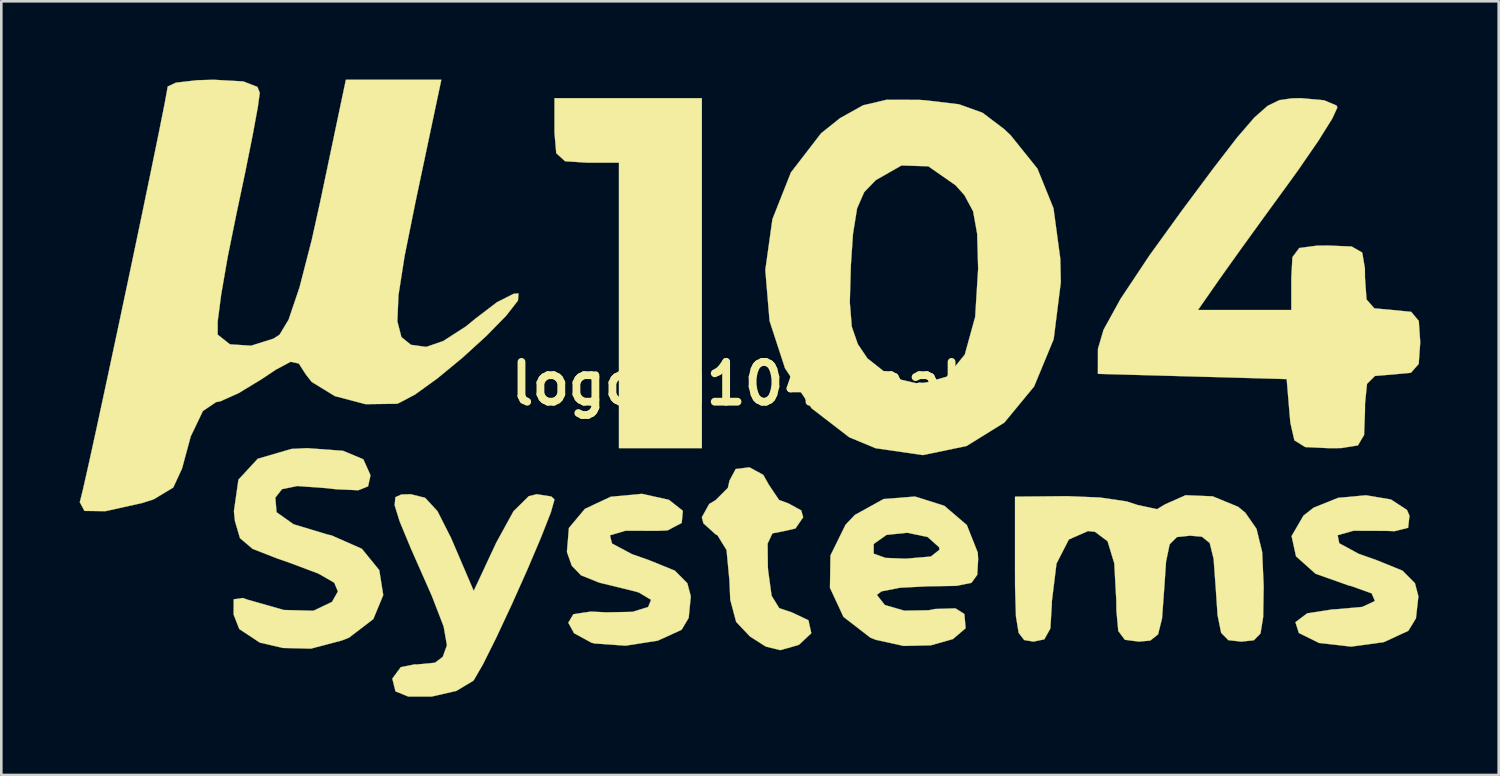
<source format=kicad_pcb>
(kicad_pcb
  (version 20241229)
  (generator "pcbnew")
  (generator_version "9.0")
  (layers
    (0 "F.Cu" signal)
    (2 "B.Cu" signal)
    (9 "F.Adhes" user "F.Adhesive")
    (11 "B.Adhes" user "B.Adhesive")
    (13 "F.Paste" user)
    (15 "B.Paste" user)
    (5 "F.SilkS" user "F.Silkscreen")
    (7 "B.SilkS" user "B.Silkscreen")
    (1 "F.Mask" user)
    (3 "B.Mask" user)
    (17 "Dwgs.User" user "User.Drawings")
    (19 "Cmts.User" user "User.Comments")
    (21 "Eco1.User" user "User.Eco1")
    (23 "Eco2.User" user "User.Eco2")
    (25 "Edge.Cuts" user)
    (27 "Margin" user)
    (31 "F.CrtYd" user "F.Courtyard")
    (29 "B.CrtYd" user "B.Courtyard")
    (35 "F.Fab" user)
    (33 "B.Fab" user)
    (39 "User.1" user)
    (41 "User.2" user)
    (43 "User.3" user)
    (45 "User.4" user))
  (footprint "logo_u104small"
    (layer "F.Cu")
    (at 25.597 11.647)
    (property "Reference" "logo_u104small" (at 0 0 0) (layer "F.SilkS") (effects (font (size 1.524 1.524) (thickness 0.3))))
    (attr through_hole)
    (fp_poly (pts (xy -1.764 2.469) (xy -4.939 2.469) (xy -4.939 -8.467) (xy -6.174 -8.467) (xy -7.001 -8.521) (xy -7.341 -8.829) (xy -7.408 -9.607) (xy -7.408 -9.701) (xy -7.408 -10.936) (xy -1.764 -10.936) (xy -1.764 2.469)) (stroke (width 0.01) (type solid)) (fill yes) (layer "F.SilkS"))
    (fp_poly (pts (xy 0.588 3.491) (xy 0.808 3.881) (xy 1.194 4.454) (xy 1.554 4.586) (xy 2.043 4.854) (xy 2.117 5.115) (xy 1.821 5.546) (xy 1.391 5.644) (xy 0.938 5.733) (xy 0.755 6.124) (xy 0.764 7.004) (xy 0.773 7.144) (xy 0.908 8.123) (xy 1.2 8.597) (xy 1.676 8.756) (xy 2.319 9.061) (xy 2.428 9.558) (xy 1.956 9.998) (xy 1.911 10.016) (xy 1.239 10.205) (xy 0.685 10.069) (xy 0.078 9.681) (xy -0.45 9.123) (xy -0.676 8.276) (xy -0.706 7.554) (xy -0.818 6.37) (xy -1.166 5.805) (xy -1.235 5.772) (xy -1.703 5.349) (xy -1.764 5.115) (xy -1.48 4.605) (xy -1.235 4.459) (xy -0.765 3.987) (xy -0.706 3.715) (xy -0.467 3.268) (xy 0.059 3.203) (xy 0.588 3.491)) (stroke (width 0.01) (type solid)) (fill yes) (layer "F.SilkS"))
    (fp_poly (pts (xy -3.027 4.447) (xy -2.492 4.868) (xy -2.535 5.332) (xy -3.08 5.619) (xy -3.44 5.634) (xy -4.692 5.632) (xy -5.285 5.808) (xy -5.206 6.121) (xy -4.442 6.529) (xy -3.792 6.757) (xy -2.799 7.16) (xy -2.32 7.642) (xy -2.187 8.144) (xy -2.268 8.969) (xy -2.54 9.426) (xy -3.453 9.842) (xy -4.685 10.034) (xy -5.872 9.95) (xy -5.997 9.918) (xy -6.658 9.557) (xy -6.879 9.156) (xy -6.686 8.828) (xy -6.016 8.729) (xy -5.417 8.758) (xy -4.418 8.739) (xy -3.819 8.552) (xy -3.709 8.278) (xy -4.178 7.997) (xy -4.483 7.915) (xy -5.696 7.619) (xy -6.391 7.34) (xy -6.746 6.973) (xy -6.932 6.443) (xy -6.856 5.526) (xy -6.244 4.795) (xy -5.258 4.331) (xy -4.059 4.219) (xy -3.027 4.447)) (stroke (width 0.01) (type solid)) (fill yes) (layer "F.SilkS"))
    (fp_poly (pts (xy 24.631 4.435) (xy 25.244 4.835) (xy 25.34 5.057) (xy 25.288 5.518) (xy 24.771 5.649) (xy 24.461 5.637) (xy 23.197 5.632) (xy 22.589 5.803) (xy 22.65 6.112) (xy 23.395 6.516) (xy 24.077 6.757) (xy 25.071 7.16) (xy 25.55 7.642) (xy 25.682 8.144) (xy 25.588 8.986) (xy 25.296 9.465) (xy 24.357 9.899) (xy 23.102 10.07) (xy 21.885 9.931) (xy 21.872 9.928) (xy 21.104 9.549) (xy 20.972 9.134) (xy 21.423 8.795) (xy 22.403 8.644) (xy 22.483 8.643) (xy 23.532 8.55) (xy 24.017 8.322) (xy 23.893 8.032) (xy 23.118 7.753) (xy 23.021 7.732) (xy 21.742 7.279) (xy 20.995 6.612) (xy 20.825 5.836) (xy 21.28 5.053) (xy 21.669 4.748) (xy 22.607 4.372) (xy 23.673 4.274) (xy 24.631 4.435)) (stroke (width 0.01) (type solid)) (fill yes) (layer "F.SilkS"))
    (fp_poly (pts (xy -7.529 4.321) (xy -7.408 4.437) (xy -7.55 4.934) (xy -7.924 5.887) (xy -8.449 7.122) (xy -9.047 8.461) (xy -9.639 9.727) (xy -10.146 10.745) (xy -10.489 11.337) (xy -10.52 11.377) (xy -11.167 11.766) (xy -12.107 11.982) (xy -13.01 11.982) (xy -13.499 11.784) (xy -13.62 11.296) (xy -13.295 10.856) (xy -12.742 10.747) (xy -12.708 10.757) (xy -11.987 10.688) (xy -11.689 10.464) (xy -11.527 10.019) (xy -11.654 9.297) (xy -12.1 8.143) (xy -12.207 7.899) (xy -12.905 6.319) (xy -13.339 5.274) (xy -13.531 4.654) (xy -13.502 4.347) (xy -13.274 4.244) (xy -12.915 4.233) (xy -12.364 4.371) (xy -11.892 4.88) (xy -11.373 5.905) (xy -11.295 6.085) (xy -10.502 7.938) (xy -9.637 6.085) (xy -8.978 4.886) (xy -8.394 4.31) (xy -8.091 4.233) (xy -7.529 4.321)) (stroke (width 0.01) (type solid)) (fill yes) (layer "F.SilkS"))
    (fp_poly (pts (xy 7.523 4.676) (xy 8.386 5.414) (xy 8.805 6.47) (xy 8.819 6.728) (xy 8.785 7.319) (xy 8.565 7.626) (xy 7.987 7.743) (xy 6.879 7.761) (xy 5.817 7.815) (xy 5.112 7.955) (xy 4.939 8.09) (xy 5.245 8.477) (xy 5.993 8.694) (xy 6.927 8.677) (xy 7.163 8.629) (xy 7.949 8.605) (xy 8.292 8.822) (xy 8.339 9.367) (xy 7.854 9.78) (xy 7.007 10.02) (xy 5.967 10.044) (xy 4.9 9.81) (xy 4.687 9.724) (xy 3.66 8.931) (xy 3.143 7.818) (xy 3.162 6.579) (xy 3.196 6.51) (xy 4.818 6.51) (xy 5.271 6.672) (xy 6.038 6.703) (xy 7.008 6.62) (xy 7.337 6.361) (xy 7.322 6.262) (xy 6.881 5.87) (xy 6.102 5.709) (xy 5.309 5.791) (xy 4.828 6.132) (xy 4.819 6.155) (xy 4.818 6.51) (xy 3.196 6.51) (xy 3.739 5.404) (xy 4.096 5.027) (xy 5.197 4.417) (xy 6.4 4.322) (xy 7.523 4.676)) (stroke (width 0.01) (type solid)) (fill yes) (layer "F.SilkS"))
    (fp_poly (pts (xy -15.509 2.57) (xy -14.731 2.895) (xy -14.466 3.483) (xy -14.464 3.549) (xy -14.549 3.931) (xy -14.922 4.081) (xy -15.755 4.044) (xy -16.174 3.998) (xy -17.26 3.919) (xy -17.845 4.039) (xy -18.101 4.362) (xy -18.054 4.923) (xy -17.402 5.385) (xy -16.097 5.778) (xy -15.951 5.81) (xy -14.787 6.323) (xy -14.12 7.142) (xy -13.968 8.097) (xy -14.348 9.015) (xy -15.277 9.725) (xy -15.55 9.834) (xy -16.737 10.147) (xy -17.806 10.122) (xy -18.697 9.916) (xy -19.482 9.396) (xy -19.698 8.844) (xy -19.696 8.259) (xy -19.346 8.208) (xy -19.169 8.271) (xy -17.778 8.667) (xy -16.642 8.697) (xy -15.932 8.359) (xy -15.93 8.356) (xy -15.703 7.957) (xy -15.845 7.621) (xy -16.453 7.272) (xy -17.623 6.833) (xy -17.992 6.708) (xy -18.968 6.328) (xy -19.455 5.916) (xy -19.648 5.261) (xy -19.687 4.884) (xy -19.514 3.675) (xy -18.774 2.875) (xy -17.483 2.498) (xy -16.884 2.469) (xy -15.509 2.57)) (stroke (width 0.01) (type solid)) (fill yes) (layer "F.SilkS"))
    (fp_poly (pts (xy 6.553 -10.872) (xy 6.795 -10.856) (xy 8.086 -10.702) (xy 8.987 -10.378) (xy 9.812 -9.754) (xy 10.062 -9.518) (xy 11.089 -8.239) (xy 11.705 -6.719) (xy 11.966 -4.786) (xy 11.985 -3.881) (xy 11.712 -1.706) (xy 10.963 0.105) (xy 9.823 1.489) (xy 8.375 2.386) (xy 6.703 2.734) (xy 4.891 2.471) (xy 3.881 2.051) (xy 2.441 0.943) (xy 1.422 -0.591) (xy 0.83 -2.405) (xy 0.77 -3.117) (xy 3.903 -3.117) (xy 3.979 -2.182) (xy 4.211 -1.514) (xy 4.578 -0.97) (xy 5.509 -0.234) (xy 6.612 0.02) (xy 7.62 -0.27) (xy 8.308 -1.117) (xy 8.705 -2.558) (xy 8.819 -4.403) (xy 8.782 -5.74) (xy 8.627 -6.603) (xy 8.293 -7.223) (xy 7.954 -7.601) (xy 6.912 -8.327) (xy 5.882 -8.359) (xy 4.899 -7.799) (xy 4.454 -7.338) (xy 4.182 -6.716) (xy 4.025 -5.739) (xy 3.944 -4.536) (xy 3.903 -3.117) (xy 0.77 -3.117) (xy 0.667 -4.356) (xy 0.939 -6.3) (xy 1.648 -8.092) (xy 2.801 -9.589) (xy 3.528 -10.171) (xy 4.412 -10.664) (xy 5.317 -10.876) (xy 6.553 -10.872)) (stroke (width 0.01) (type solid)) (fill yes) (layer "F.SilkS"))
    (fp_poly (pts (xy 17.802 4.314) (xy 18.776 4.714) (xy 19.05 4.939) (xy 19.481 5.558) (xy 19.698 6.448) (xy 19.756 7.761) (xy 19.736 8.935) (xy 19.634 9.568) (xy 19.38 9.827) (xy 18.907 9.878) (xy 18.891 9.878) (xy 18.401 9.822) (xy 18.127 9.541) (xy 17.99 8.867) (xy 17.921 7.849) (xy 17.838 6.706) (xy 17.688 6.099) (xy 17.388 5.86) (xy 16.933 5.821) (xy 16.433 5.874) (xy 16.155 6.148) (xy 16.017 6.809) (xy 15.946 7.849) (xy 15.862 8.994) (xy 15.711 9.601) (xy 15.411 9.839) (xy 14.975 9.878) (xy 14.438 9.808) (xy 14.186 9.471) (xy 14.114 8.676) (xy 14.111 8.319) (xy 14.034 6.881) (xy 13.776 6.033) (xy 13.295 5.674) (xy 13.027 5.644) (xy 12.293 5.967) (xy 11.82 6.889) (xy 11.642 8.343) (xy 11.642 8.443) (xy 11.585 9.376) (xy 11.353 9.792) (xy 10.936 9.878) (xy 10.582 9.818) (xy 10.371 9.543) (xy 10.267 8.91) (xy 10.233 7.777) (xy 10.231 7.102) (xy 10.231 4.326) (xy 12.247 4.308) (xy 13.483 4.359) (xy 14.507 4.509) (xy 14.931 4.647) (xy 15.669 4.806) (xy 15.983 4.619) (xy 16.767 4.271) (xy 17.802 4.314)) (stroke (width 0.01) (type solid)) (fill yes) (layer "F.SilkS"))
    (fp_poly (pts (xy 22.068 -10.856) (xy 22.547 -10.655) (xy 22.578 -10.58) (xy 22.381 -10.153) (xy 21.855 -9.312) (xy 21.095 -8.208) (xy 20.707 -7.67) (xy 19.752 -6.359) (xy 18.857 -5.121) (xy 18.178 -4.169) (xy 18.037 -3.969) (xy 17.238 -2.822) (xy 20.814 -2.822) (xy 20.814 -4.057) (xy 20.857 -4.847) (xy 21.12 -5.199) (xy 21.809 -5.289) (xy 22.225 -5.292) (xy 23.128 -5.254) (xy 23.53 -5.023) (xy 23.633 -4.421) (xy 23.636 -4.057) (xy 23.695 -3.227) (xy 23.994 -2.887) (xy 24.694 -2.822) (xy 25.405 -2.753) (xy 25.697 -2.404) (xy 25.753 -1.587) (xy 25.694 -0.758) (xy 25.395 -0.418) (xy 24.694 -0.353) (xy 24.016 -0.297) (xy 23.714 0.005) (xy 23.638 0.755) (xy 23.636 1.058) (xy 23.602 1.962) (xy 23.365 2.363) (xy 22.725 2.466) (xy 22.246 2.469) (xy 21.348 2.427) (xy 20.932 2.169) (xy 20.779 1.5) (xy 20.747 1.147) (xy 20.637 -0.176) (xy 17.022 -0.277) (xy 13.406 -0.377) (xy 13.408 -1.335) (xy 13.623 -2.067) (xy 14.276 -3.252) (xy 15.381 -4.912) (xy 16.611 -6.615) (xy 17.84 -8.264) (xy 18.739 -9.43) (xy 19.399 -10.195) (xy 19.909 -10.644) (xy 20.358 -10.861) (xy 20.836 -10.93) (xy 21.195 -10.936) (xy 22.068 -10.856)) (stroke (width 0.01) (type solid)) (fill yes) (layer "F.SilkS"))
    (fp_poly (pts (xy -12.729 -6.978) (xy -13.15 -4.889) (xy -13.385 -3.39) (xy -13.427 -2.386) (xy -13.271 -1.784) (xy -12.908 -1.49) (xy -12.332 -1.411) (xy -12.316 -1.411) (xy -11.671 -1.633) (xy -10.801 -2.194) (xy -10.425 -2.501) (xy -9.61 -3.122) (xy -8.967 -3.446) (xy -8.785 -3.458) (xy -8.807 -3.185) (xy -9.259 -2.605) (xy -10.01 -1.837) (xy -10.93 -0.998) (xy -11.887 -0.209) (xy -12.748 0.413) (xy -13.384 0.749) (xy -13.463 0.769) (xy -14.646 0.784) (xy -15.823 0.474) (xy -16.711 -0.07) (xy -16.939 -0.364) (xy -17.202 -0.774) (xy -17.514 -0.84) (xy -18.079 -0.54) (xy -18.617 -0.18) (xy -19.51 0.362) (xy -20.211 0.675) (xy -20.374 0.706) (xy -20.876 1.046) (xy -21.342 2.019) (xy -21.674 3.247) (xy -22.011 3.977) (xy -22.765 4.431) (xy -23.198 4.568) (xy -24.612 4.883) (xy -25.412 4.872) (xy -25.592 4.536) (xy -25.58 4.498) (xy -25.464 4.029) (xy -25.232 3.001) (xy -24.912 1.538) (xy -24.529 -0.242) (xy -24.108 -2.215) (xy -23.675 -4.26) (xy -23.256 -6.257) (xy -22.877 -8.084) (xy -22.562 -9.619) (xy -22.338 -10.742) (xy -22.231 -11.33) (xy -22.225 -11.383) (xy -21.908 -11.531) (xy -21.096 -11.624) (xy -20.461 -11.642) (xy -19.331 -11.579) (xy -18.787 -11.369) (xy -18.697 -11.141) (xy -18.769 -10.614) (xy -18.963 -9.554) (xy -19.251 -8.116) (xy -19.594 -6.494) (xy -19.929 -4.841) (xy -20.175 -3.418) (xy -20.31 -2.379) (xy -20.31 -1.88) (xy -19.84 -1.508) (xy -19.031 -1.456) (xy -18.173 -1.725) (xy -17.941 -1.875) (xy -17.593 -2.452) (xy -17.176 -3.684) (xy -16.702 -5.525) (xy -16.38 -6.979) (xy -15.399 -11.642) (xy -11.743 -11.642) (xy -12.729 -6.978)) (stroke (width 0.01) (type solid)) (fill yes) (layer "F.SilkS")))
  (gr_rect
    (start -3 -3)
    (end 54.355 26.634)
    (stroke (width 0.1) (type default))
    (fill no)
    (layer "Edge.Cuts")))
</source>
